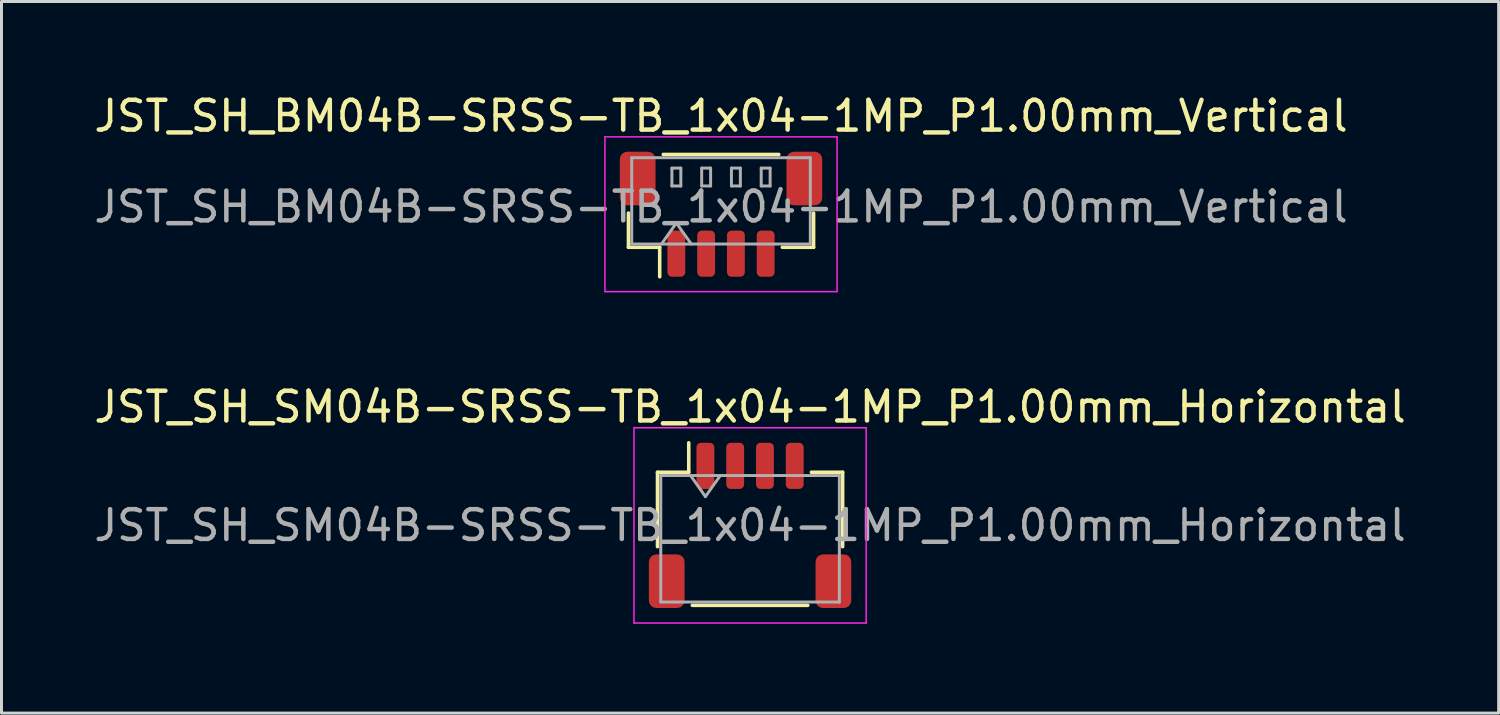
<source format=kicad_pcb>
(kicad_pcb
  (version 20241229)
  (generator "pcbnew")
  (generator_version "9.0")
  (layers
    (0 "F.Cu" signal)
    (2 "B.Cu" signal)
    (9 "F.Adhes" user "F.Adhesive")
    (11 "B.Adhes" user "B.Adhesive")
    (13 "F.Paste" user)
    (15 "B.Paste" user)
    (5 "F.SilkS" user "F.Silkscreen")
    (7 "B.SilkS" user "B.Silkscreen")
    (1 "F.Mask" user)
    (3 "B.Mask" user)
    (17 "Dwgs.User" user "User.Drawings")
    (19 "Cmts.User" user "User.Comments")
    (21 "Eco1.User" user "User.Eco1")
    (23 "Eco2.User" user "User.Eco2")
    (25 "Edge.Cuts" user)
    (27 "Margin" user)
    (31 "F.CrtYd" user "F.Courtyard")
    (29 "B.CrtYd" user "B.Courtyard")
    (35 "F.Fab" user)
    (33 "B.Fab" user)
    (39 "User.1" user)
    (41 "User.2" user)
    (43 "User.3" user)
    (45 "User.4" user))
  (footprint "JST_SH_BM04B-SRSS-TB_1x04-1MP_P1.00mm_Vertical"
    (layer "F.Cu")
    (at 21.173 4.148)
    (property "Reference" "JST_SH_BM04B-SRSS-TB_1x04-1MP_P1.00mm_Vertical" (at 0 -3.3 0) (layer "F.SilkS") (effects (font (size 1 1) (thickness 0.15))))
    (attr smd)
    (fp_line (start -3.11 -0.04) (end -3.11 1.11) (stroke (width 0.12) (type solid)) (layer "F.SilkS"))
    (fp_line (start -3.11 1.11) (end -2.06 1.11) (stroke (width 0.12) (type solid)) (layer "F.SilkS"))
    (fp_line (start -2.06 1.11) (end -2.06 2.1) (stroke (width 0.12) (type solid)) (layer "F.SilkS"))
    (fp_line (start -1.94 -2.01) (end 1.94 -2.01) (stroke (width 0.12) (type solid)) (layer "F.SilkS"))
    (fp_line (start 3.11 -0.04) (end 3.11 1.11) (stroke (width 0.12) (type solid)) (layer "F.SilkS"))
    (fp_line (start 3.11 1.11) (end 2.06 1.11) (stroke (width 0.12) (type solid)) (layer "F.SilkS"))
    (fp_line (start -3.9 -2.6) (end -3.9 2.6) (stroke (width 0.05) (type solid)) (layer "F.CrtYd"))
    (fp_line (start -3.9 2.6) (end 3.9 2.6) (stroke (width 0.05) (type solid)) (layer "F.CrtYd"))
    (fp_line (start 3.9 -2.6) (end -3.9 -2.6) (stroke (width 0.05) (type solid)) (layer "F.CrtYd"))
    (fp_line (start 3.9 2.6) (end 3.9 -2.6) (stroke (width 0.05) (type solid)) (layer "F.CrtYd"))
    (fp_line (start -3 -1.9) (end 3 -1.9) (stroke (width 0.1) (type solid)) (layer "F.Fab"))
    (fp_line (start -3 1) (end -3 -1.9) (stroke (width 0.1) (type solid)) (layer "F.Fab"))
    (fp_line (start -3 1) (end 3 1) (stroke (width 0.1) (type solid)) (layer "F.Fab"))
    (fp_line (start -2 1) (end -1.5 0.293) (stroke (width 0.1) (type solid)) (layer "F.Fab"))
    (fp_line (start -1.65 -1.55) (end -1.65 -0.95) (stroke (width 0.1) (type solid)) (layer "F.Fab"))
    (fp_line (start -1.65 -0.95) (end -1.35 -0.95) (stroke (width 0.1) (type solid)) (layer "F.Fab"))
    (fp_line (start -1.5 0.293) (end -1 1) (stroke (width 0.1) (type solid)) (layer "F.Fab"))
    (fp_line (start -1.35 -1.55) (end -1.65 -1.55) (stroke (width 0.1) (type solid)) (layer "F.Fab"))
    (fp_line (start -1.35 -0.95) (end -1.35 -1.55) (stroke (width 0.1) (type solid)) (layer "F.Fab"))
    (fp_line (start -0.65 -1.55) (end -0.65 -0.95) (stroke (width 0.1) (type solid)) (layer "F.Fab"))
    (fp_line (start -0.65 -0.95) (end -0.35 -0.95) (stroke (width 0.1) (type solid)) (layer "F.Fab"))
    (fp_line (start -0.35 -1.55) (end -0.65 -1.55) (stroke (width 0.1) (type solid)) (layer "F.Fab"))
    (fp_line (start -0.35 -0.95) (end -0.35 -1.55) (stroke (width 0.1) (type solid)) (layer "F.Fab"))
    (fp_line (start 0.35 -1.55) (end 0.35 -0.95) (stroke (width 0.1) (type solid)) (layer "F.Fab"))
    (fp_line (start 0.35 -0.95) (end 0.65 -0.95) (stroke (width 0.1) (type solid)) (layer "F.Fab"))
    (fp_line (start 0.65 -1.55) (end 0.35 -1.55) (stroke (width 0.1) (type solid)) (layer "F.Fab"))
    (fp_line (start 0.65 -0.95) (end 0.65 -1.55) (stroke (width 0.1) (type solid)) (layer "F.Fab"))
    (fp_line (start 1.35 -1.55) (end 1.35 -0.95) (stroke (width 0.1) (type solid)) (layer "F.Fab"))
    (fp_line (start 1.35 -0.95) (end 1.65 -0.95) (stroke (width 0.1) (type solid)) (layer "F.Fab"))
    (fp_line (start 1.65 -1.55) (end 1.35 -1.55) (stroke (width 0.1) (type solid)) (layer "F.Fab"))
    (fp_line (start 1.65 -0.95) (end 1.65 -1.55) (stroke (width 0.1) (type solid)) (layer "F.Fab"))
    (fp_line (start 3 1) (end 3 -1.9) (stroke (width 0.1) (type solid)) (layer "F.Fab"))
    (fp_text user "${REFERENCE}" (at 0 -0.25 0) (layer "F.Fab") (effects (font (size 1 1) (thickness 0.15))))
    (pad "1" smd roundrect (at -1.5 1.325) (size 0.6 1.55) (layers "F.Cu" "F.Mask" "F.Paste") (roundrect_rratio 0.25))
    (pad "2" smd roundrect (at -0.5 1.325) (size 0.6 1.55) (layers "F.Cu" "F.Mask" "F.Paste") (roundrect_rratio 0.25))
    (pad "3" smd roundrect (at 0.5 1.325) (size 0.6 1.55) (layers "F.Cu" "F.Mask" "F.Paste") (roundrect_rratio 0.25))
    (pad "4" smd roundrect (at 1.5 1.325) (size 0.6 1.55) (layers "F.Cu" "F.Mask" "F.Paste") (roundrect_rratio 0.25))
    (pad "MP" smd roundrect (at -2.8 -1.2) (size 1.2 1.8) (layers "F.Cu" "F.Mask" "F.Paste") (roundrect_rratio 0.208))
    (pad "MP" smd roundrect (at 2.8 -1.2) (size 1.2 1.8) (layers "F.Cu" "F.Mask" "F.Paste") (roundrect_rratio 0.208)))
  (footprint "JST_SH_SM04B-SRSS-TB_1x04-1MP_P1.00mm_Horizontal"
    (layer "F.Cu")
    (at 22.149 14.601)
    (property "Reference" "JST_SH_SM04B-SRSS-TB_1x04-1MP_P1.00mm_Horizontal" (at 0 -3.98 0) (layer "F.SilkS") (effects (font (size 1 1) (thickness 0.15))))
    (attr smd)
    (fp_line (start -3.11 -1.785) (end -2.06 -1.785) (stroke (width 0.12) (type solid)) (layer "F.SilkS"))
    (fp_line (start -3.11 0.715) (end -3.11 -1.785) (stroke (width 0.12) (type solid)) (layer "F.SilkS"))
    (fp_line (start -2.06 -1.785) (end -2.06 -2.775) (stroke (width 0.12) (type solid)) (layer "F.SilkS"))
    (fp_line (start -1.94 2.685) (end 1.94 2.685) (stroke (width 0.12) (type solid)) (layer "F.SilkS"))
    (fp_line (start 3.11 -1.785) (end 2.06 -1.785) (stroke (width 0.12) (type solid)) (layer "F.SilkS"))
    (fp_line (start 3.11 0.715) (end 3.11 -1.785) (stroke (width 0.12) (type solid)) (layer "F.SilkS"))
    (fp_line (start -3.9 -3.28) (end -3.9 3.28) (stroke (width 0.05) (type solid)) (layer "F.CrtYd"))
    (fp_line (start -3.9 3.28) (end 3.9 3.28) (stroke (width 0.05) (type solid)) (layer "F.CrtYd"))
    (fp_line (start 3.9 -3.28) (end -3.9 -3.28) (stroke (width 0.05) (type solid)) (layer "F.CrtYd"))
    (fp_line (start 3.9 3.28) (end 3.9 -3.28) (stroke (width 0.05) (type solid)) (layer "F.CrtYd"))
    (fp_line (start -3 -1.675) (end -3 2.575) (stroke (width 0.1) (type solid)) (layer "F.Fab"))
    (fp_line (start -3 -1.675) (end 3 -1.675) (stroke (width 0.1) (type solid)) (layer "F.Fab"))
    (fp_line (start -3 2.575) (end 3 2.575) (stroke (width 0.1) (type solid)) (layer "F.Fab"))
    (fp_line (start -2 -1.675) (end -1.5 -0.968) (stroke (width 0.1) (type solid)) (layer "F.Fab"))
    (fp_line (start -1.5 -0.968) (end -1 -1.675) (stroke (width 0.1) (type solid)) (layer "F.Fab"))
    (fp_line (start 3 -1.675) (end 3 2.575) (stroke (width 0.1) (type solid)) (layer "F.Fab"))
    (fp_text user "${REFERENCE}" (at 0 0 0) (layer "F.Fab") (effects (font (size 1 1) (thickness 0.15))))
    (pad "1" smd roundrect (at -1.5 -2) (size 0.6 1.55) (layers "F.Cu" "F.Mask" "F.Paste") (roundrect_rratio 0.25))
    (pad "2" smd roundrect (at -0.5 -2) (size 0.6 1.55) (layers "F.Cu" "F.Mask" "F.Paste") (roundrect_rratio 0.25))
    (pad "3" smd roundrect (at 0.5 -2) (size 0.6 1.55) (layers "F.Cu" "F.Mask" "F.Paste") (roundrect_rratio 0.25))
    (pad "4" smd roundrect (at 1.5 -2) (size 0.6 1.55) (layers "F.Cu" "F.Mask" "F.Paste") (roundrect_rratio 0.25))
    (pad "MP" smd roundrect (at -2.8 1.875) (size 1.2 1.8) (layers "F.Cu" "F.Mask" "F.Paste") (roundrect_rratio 0.208))
    (pad "MP" smd roundrect (at 2.8 1.875) (size 1.2 1.8) (layers "F.Cu" "F.Mask" "F.Paste") (roundrect_rratio 0.208)))
  (gr_rect
    (start -3 -3)
    (end 47.298 20.907)
    (stroke (width 0.1) (type default))
    (fill no)
    (layer "Edge.Cuts")))
</source>
